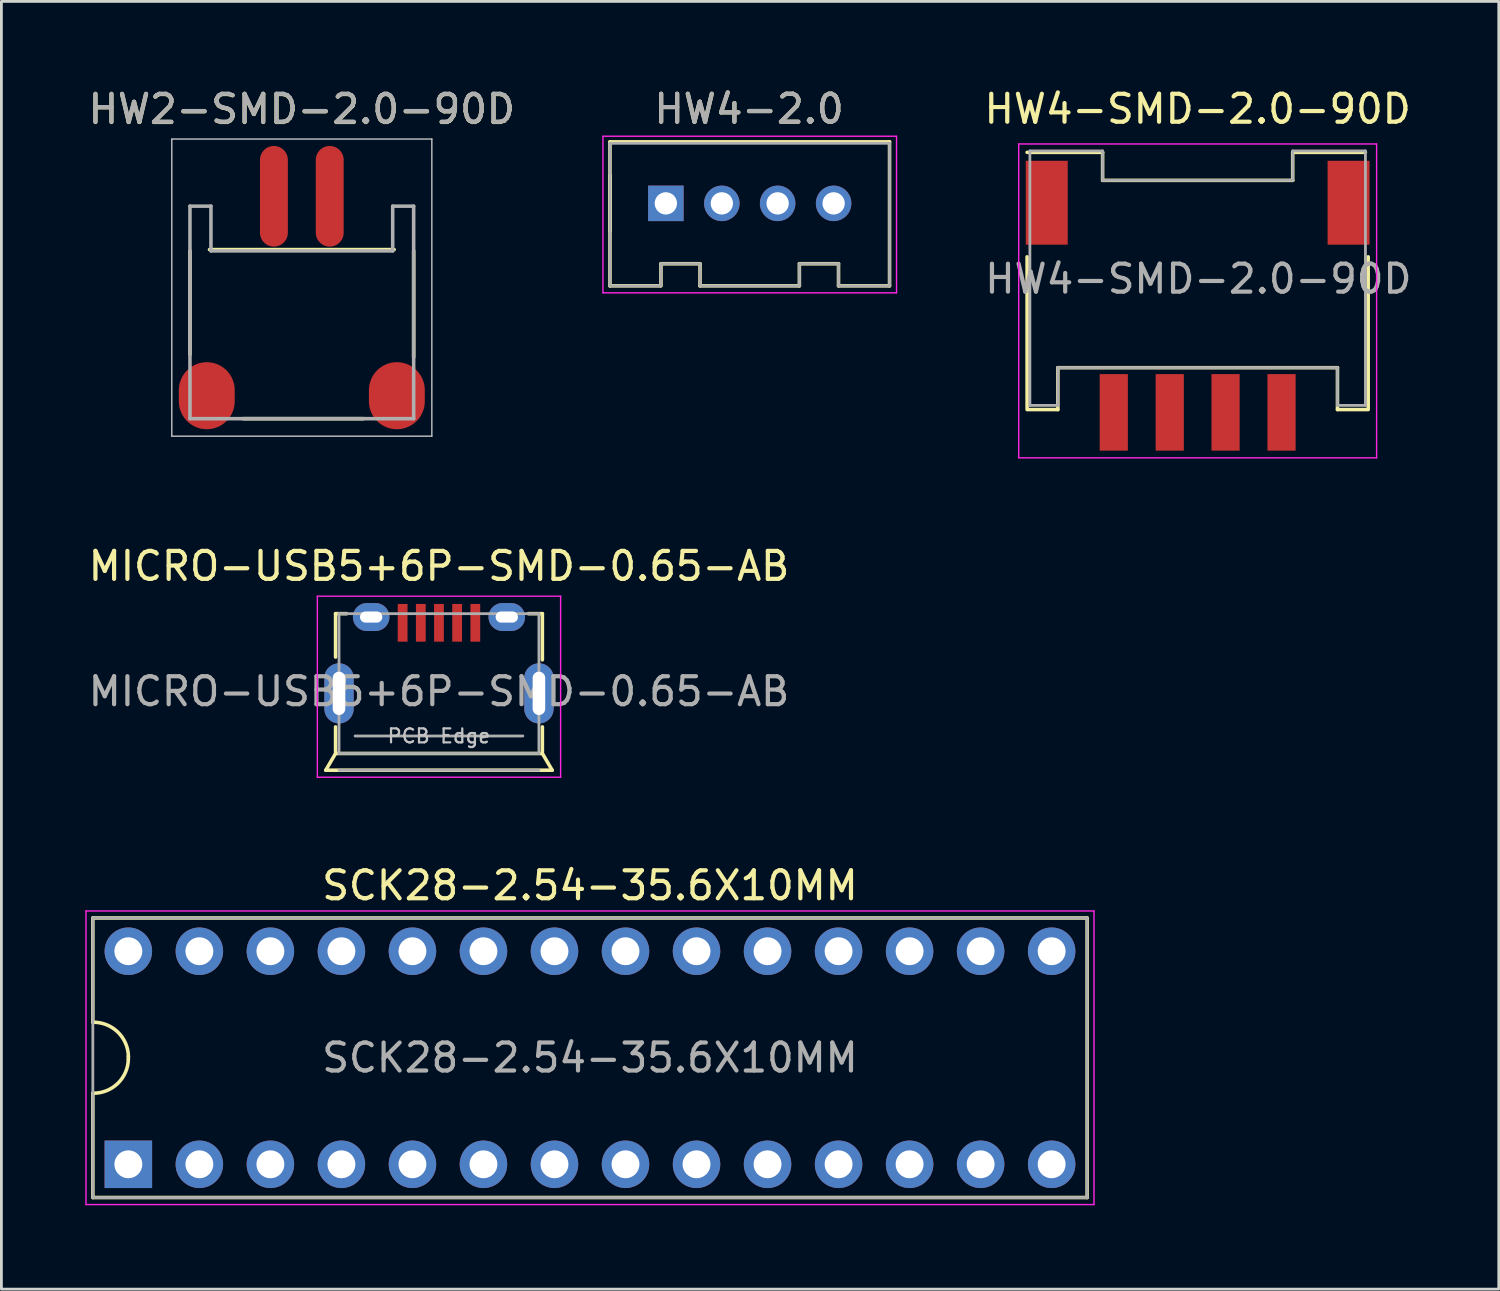
<source format=kicad_pcb>
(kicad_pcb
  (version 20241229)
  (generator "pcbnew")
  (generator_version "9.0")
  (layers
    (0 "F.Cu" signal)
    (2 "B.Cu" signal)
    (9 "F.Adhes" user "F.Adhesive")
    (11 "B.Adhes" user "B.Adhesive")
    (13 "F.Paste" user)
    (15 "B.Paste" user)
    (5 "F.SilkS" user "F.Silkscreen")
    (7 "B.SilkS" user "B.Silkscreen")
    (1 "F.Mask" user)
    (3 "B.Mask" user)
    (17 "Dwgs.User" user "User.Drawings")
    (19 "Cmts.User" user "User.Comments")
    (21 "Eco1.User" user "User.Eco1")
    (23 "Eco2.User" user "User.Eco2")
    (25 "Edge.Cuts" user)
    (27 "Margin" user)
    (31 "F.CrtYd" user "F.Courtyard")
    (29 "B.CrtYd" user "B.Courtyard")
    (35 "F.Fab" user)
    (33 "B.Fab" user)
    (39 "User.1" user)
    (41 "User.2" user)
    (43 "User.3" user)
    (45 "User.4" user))
  (footprint "HW4-2.0"
    (layer "F.Cu")
    (at 23.763 4.223)
    (property "Reference" "HW4-2.0" (at -0.025 -3.375 0) (layer "F.SilkS") (effects (font (size 1 1) (thickness 0.15))))
    (attr exclude_from_pos_files exclude_from_bom)
    (fp_line (start -5.001 2.95) (end -3.2 2.95) (stroke (width 0.127) (type solid)) (layer "F.SilkS"))
    (fp_line (start -4.999 -2.2) (end -4.999 2.95) (stroke (width 0.127) (type solid)) (layer "F.SilkS"))
    (fp_line (start -4.999 -2.2) (end 4.999 -2.2) (stroke (width 0.127) (type solid)) (layer "F.SilkS"))
    (fp_line (start -4.999 -0.998) (end -4.999 0.998) (stroke (width 0.127) (type solid)) (layer "F.SilkS"))
    (fp_line (start -3.175 2.159) (end -1.778 2.159) (stroke (width 0.127) (type solid)) (layer "F.SilkS"))
    (fp_line (start -3.175 2.95) (end -3.175 2.159) (stroke (width 0.127) (type solid)) (layer "F.SilkS"))
    (fp_line (start -1.781 2.95) (end 1.775 2.95) (stroke (width 0.127) (type solid)) (layer "F.SilkS"))
    (fp_line (start -1.778 2.159) (end -1.778 2.95) (stroke (width 0.127) (type solid)) (layer "F.SilkS"))
    (fp_line (start 1.775 2.95) (end 1.775 2.159) (stroke (width 0.127) (type solid)) (layer "F.SilkS"))
    (fp_line (start 1.778 2.159) (end 3.175 2.159) (stroke (width 0.127) (type solid)) (layer "F.SilkS"))
    (fp_line (start 3.175 2.159) (end 3.175 2.95) (stroke (width 0.127) (type solid)) (layer "F.SilkS"))
    (fp_line (start 3.175 2.95) (end 5 2.95) (stroke (width 0.127) (type solid)) (layer "F.SilkS"))
    (fp_line (start 5 2.95) (end 5 -2.2) (stroke (width 0.127) (type solid)) (layer "F.SilkS"))
    (fp_line (start -5.25 -2.4) (end 5.25 -2.4) (stroke (width 0.05) (type solid)) (layer "F.CrtYd"))
    (fp_line (start -5.25 3.2) (end -5.25 -2.4) (stroke (width 0.05) (type solid)) (layer "F.CrtYd"))
    (fp_line (start 5.25 -2.4) (end 5.25 3.2) (stroke (width 0.05) (type solid)) (layer "F.CrtYd"))
    (fp_line (start 5.25 3.2) (end -5.25 3.2) (stroke (width 0.05) (type solid)) (layer "F.CrtYd"))
    (fp_line (start -5 -2.15) (end 5 -2.15) (stroke (width 0.1) (type solid)) (layer "F.Fab"))
    (fp_line (start -5 2.95) (end -5 -2.15) (stroke (width 0.1) (type solid)) (layer "F.Fab"))
    (fp_line (start -4.999 2.95) (end -3.198 2.95) (stroke (width 0.1) (type solid)) (layer "F.Fab"))
    (fp_line (start -3.175 2.159) (end -1.778 2.159) (stroke (width 0.1) (type solid)) (layer "F.Fab"))
    (fp_line (start -3.175 2.95) (end -3.175 2.159) (stroke (width 0.1) (type solid)) (layer "F.Fab"))
    (fp_line (start -1.778 2.159) (end -1.778 2.95) (stroke (width 0.1) (type solid)) (layer "F.Fab"))
    (fp_line (start -1.778 2.95) (end 1.778 2.95) (stroke (width 0.1) (type solid)) (layer "F.Fab"))
    (fp_line (start 1.778 2.159) (end 3.175 2.159) (stroke (width 0.1) (type solid)) (layer "F.Fab"))
    (fp_line (start 1.778 2.95) (end 1.778 2.159) (stroke (width 0.1) (type solid)) (layer "F.Fab"))
    (fp_line (start 3.175 2.159) (end 3.175 2.95) (stroke (width 0.1) (type solid)) (layer "F.Fab"))
    (fp_line (start 3.175 2.95) (end 5 2.95) (stroke (width 0.1) (type solid)) (layer "F.Fab"))
    (fp_line (start 5 2.95) (end 5 -2.15) (stroke (width 0.1) (type solid)) (layer "F.Fab"))
    (fp_text user "${REFERENCE}" (at -0.025 -3.375 0) (layer "F.Fab") (effects (font (size 1 1) (thickness 0.15))))
    (pad "1" thru_hole rect (at -3 0) (size 1.27 1.27) (drill 0.798) (layers "*.Cu" "*.Mask"))
    (pad "2" thru_hole circle (at -0.998 0) (size 1.27 1.27) (drill 0.798) (layers "*.Cu" "*.Mask"))
    (pad "3" thru_hole circle (at 0.998 0) (size 1.27 1.27) (drill 0.798) (layers "*.Cu" "*.Mask"))
    (pad "4" thru_hole circle (at 3 0) (size 1.27 1.27) (drill 0.798) (layers "*.Cu" "*.Mask")))
  (footprint "MICRO-USB5+6P-SMD-0.65-AB"
    (layer "F.Cu")
    (at 12.649 21.747)
    (property "Reference" "MICRO-USB5+6P-SMD-0.65-AB" (at 0 -4.55 0) (layer "F.SilkS") (effects (font (size 1 1) (thickness 0.15))))
    (attr smd)
    (fp_line (start -4.049 2.748) (end -3.698 2.149) (stroke (width 0.127) (type solid)) (layer "F.SilkS"))
    (fp_line (start -3.698 -2.85) (end -3.698 -1.298) (stroke (width 0.127) (type solid)) (layer "F.SilkS"))
    (fp_line (start -3.698 1.199) (end -3.698 2.098) (stroke (width 0.127) (type solid)) (layer "F.SilkS"))
    (fp_line (start -3.698 2.149) (end 3.698 2.149) (stroke (width 0.127) (type solid)) (layer "F.SilkS"))
    (fp_line (start -3.299 -2.85) (end -3.698 -2.85) (stroke (width 0.127) (type solid)) (layer "F.SilkS"))
    (fp_line (start 3.198 -2.85) (end 3.698 -2.85) (stroke (width 0.127) (type solid)) (layer "F.SilkS"))
    (fp_line (start 3.698 -2.85) (end 3.698 -1.199) (stroke (width 0.127) (type solid)) (layer "F.SilkS"))
    (fp_line (start 3.698 1.199) (end 3.698 2.098) (stroke (width 0.127) (type solid)) (layer "F.SilkS"))
    (fp_line (start 3.698 2.149) (end 4.049 2.748) (stroke (width 0.127) (type solid)) (layer "F.SilkS"))
    (fp_line (start 4.049 2.748) (end -4.049 2.748) (stroke (width 0.127) (type solid)) (layer "F.SilkS"))
    (fp_line (start -4.35 -3.475) (end -4.35 3) (stroke (width 0.05) (type solid)) (layer "F.CrtYd"))
    (fp_line (start -4.35 3) (end 4.35 3) (stroke (width 0.05) (type solid)) (layer "F.CrtYd"))
    (fp_line (start 4.35 -3.475) (end -4.35 -3.475) (stroke (width 0.05) (type solid)) (layer "F.CrtYd"))
    (fp_line (start 4.35 3) (end 4.35 -3.475) (stroke (width 0.05) (type solid)) (layer "F.CrtYd"))
    (fp_line (start -3.575 -2.85) (end 3.575 -2.85) (stroke (width 0.1) (type solid)) (layer "F.Fab"))
    (fp_line (start -3.575 2.15) (end -3.575 -2.85) (stroke (width 0.1) (type solid)) (layer "F.Fab"))
    (fp_line (start -3.575 2.15) (end 3.575 2.15) (stroke (width 0.1) (type solid)) (layer "F.Fab"))
    (fp_line (start -3.575 2.75) (end 3.575 2.75) (stroke (width 0.1) (type solid)) (layer "F.Fab"))
    (fp_line (start -3 1.524) (end 3 1.524) (stroke (width 0.1) (type solid)) (layer "F.Fab"))
    (fp_line (start 3.575 2.15) (end 3.575 -2.85) (stroke (width 0.1) (type solid)) (layer "F.Fab"))
    (fp_text user "PCB Edge" (at 0 1.525 0) (layer "Dwgs.User") (effects (font (size 0.5 0.5) (thickness 0.08))))
    (fp_text user "${REFERENCE}" (at 0 -0.068 0) (layer "F.Fab") (effects (font (size 1 1) (thickness 0.15))))
    (pad "1" smd rect (at -1.3 -2.523 90) (size 1.349 0.35) (layers "F.Cu" "F.Mask" "F.Paste"))
    (pad "2" smd rect (at -0.65 -2.523 90) (size 1.349 0.35) (layers "F.Cu" "F.Mask" "F.Paste"))
    (pad "3" smd rect (at 0 -2.523 90) (size 1.349 0.35) (layers "F.Cu" "F.Mask" "F.Paste"))
    (pad "4" smd rect (at 0.65 -2.523 90) (size 1.349 0.35) (layers "F.Cu" "F.Mask" "F.Paste"))
    (pad "5" smd rect (at 1.3 -2.523 90) (size 1.349 0.35) (layers "F.Cu" "F.Mask" "F.Paste"))
    (pad "6" thru_hole oval (at -3.575 0 180) (size 1.05 2.15) (drill oval 0.45 1.55) (layers "*.Cu" "*.Mask"))
    (pad "6" thru_hole oval (at -2.425 -2.73 180) (size 1.306 1) (drill oval 0.798 0.4) (layers "*.Cu" "*.Mask"))
    (pad "6" thru_hole oval (at 2.425 -2.73 180) (size 1.306 1) (drill oval 0.798 0.4) (layers "*.Cu" "*.Mask"))
    (pad "6" thru_hole oval (at 3.575 0 180) (size 1.05 2.15) (drill oval 0.45 1.55) (layers "*.Cu" "*.Mask")))
  (footprint "HW2-SMD-2.0-90D"
    (layer "F.Cu")
    (at 7.744 8.923)
    (property "Reference" "HW2-SMD-2.0-90D" (at 0 -8.065 0) (layer "F.SilkS") (effects (font (size 1 1) (thickness 0.15))))
    (attr smd)
    (fp_line (start -4 -3) (end -4 0.699) (stroke (width 0.127) (type solid)) (layer "F.SilkS"))
    (fp_line (start -3.302 -3.048) (end 3.302 -3.048) (stroke (width 0.127) (type solid)) (layer "F.SilkS"))
    (fp_line (start -2.098 3) (end 2.2 3) (stroke (width 0.127) (type solid)) (layer "F.SilkS"))
    (fp_line (start 4 -3) (end 4 0.798) (stroke (width 0.127) (type solid)) (layer "F.SilkS"))
    (fp_line (start -4.65 -7) (end 4.65 -7) (stroke (width 0.05) (type solid)) (layer "Dwgs.User"))
    (fp_line (start -4.65 3.625) (end -4.65 -7) (stroke (width 0.05) (type solid)) (layer "Dwgs.User"))
    (fp_line (start 4.65 3.625) (end -4.65 3.625) (stroke (width 0.05) (type solid)) (layer "Dwgs.User"))
    (fp_line (start 4.65 3.625) (end 4.65 -7) (stroke (width 0.05) (type solid)) (layer "Dwgs.User"))
    (fp_line (start -4 3) (end -4 -4.6) (stroke (width 0.127) (type solid)) (layer "F.Fab"))
    (fp_line (start -3.25 -4.6) (end -4 -4.6) (stroke (width 0.127) (type solid)) (layer "F.Fab"))
    (fp_line (start -3.25 -4.6) (end -3.25 -3) (stroke (width 0.127) (type solid)) (layer "F.Fab"))
    (fp_line (start 3.25 -4.6) (end 3.25 -3) (stroke (width 0.127) (type solid)) (layer "F.Fab"))
    (fp_line (start 3.25 -3) (end -3.25 -3) (stroke (width 0.127) (type solid)) (layer "F.Fab"))
    (fp_line (start 4 -4.6) (end 3.25 -4.6) (stroke (width 0.127) (type solid)) (layer "F.Fab"))
    (fp_line (start 4 -4.6) (end 4 3) (stroke (width 0.127) (type solid)) (layer "F.Fab"))
    (fp_line (start 4 3) (end -4 3) (stroke (width 0.127) (type solid)) (layer "F.Fab"))
    (fp_text user "${REFERENCE}" (at 0 -8.075 0) (layer "F.Fab") (effects (font (size 1 1) (thickness 0.15))))
    (pad "1" smd oval (at -0.998 -4.953 90) (size 3.599 0.998) (layers "F.Cu" "F.Mask" "F.Paste"))
    (pad "2" smd oval (at 0.998 -4.953 90) (size 3.599 0.998) (layers "F.Cu" "F.Mask" "F.Paste"))
    (pad "3" smd oval (at -3.399 2.179 90) (size 2.398 1.999) (layers "F.Cu" "F.Mask" "F.Paste"))
    (pad "4" smd oval (at 3.399 2.179 90) (size 2.398 1.999) (layers "F.Cu" "F.Mask" "F.Paste")))
  (footprint "SCK28-2.54-35.6X10MM"
    (layer "F.Cu")
    (at 18.05 34.779)
    (property "Reference" "SCK28-2.54-35.6X10MM" (at 0 -6.16 0) (layer "F.SilkS") (effects (font (size 1 1) (thickness 0.15))))
    (attr exclude_from_pos_files exclude_from_bom)
    (fp_line (start -17.78 -4.999) (end 17.78 -4.999) (stroke (width 0.127) (type solid)) (layer "F.SilkS"))
    (fp_line (start -17.78 -1.27) (end -17.78 -4.999) (stroke (width 0.127) (type solid)) (layer "F.SilkS"))
    (fp_line (start -17.78 4.999) (end -17.78 1.27) (stroke (width 0.127) (type solid)) (layer "F.SilkS"))
    (fp_line (start -16.51 -0.048) (end -16.51 0.048) (stroke (width 0.127) (type solid)) (layer "F.SilkS"))
    (fp_line (start 17.78 -4.999) (end 17.78 4.999) (stroke (width 0.127) (type solid)) (layer "F.SilkS"))
    (fp_line (start 17.78 4.999) (end -17.78 4.999) (stroke (width 0.127) (type solid)) (layer "F.SilkS"))
    (fp_arc (start -17.78 -1.27) (mid -16.890699 -0.922682) (end -16.50746 -0.04826) (stroke (width 0.127) (type solid)) (layer "F.SilkS"))
    (fp_arc (start -16.51 0.04826) (mid -16.892495 0.920886) (end -17.78 1.26746) (stroke (width 0.127) (type solid)) (layer "F.SilkS"))
    (fp_line (start -18.025 -5.25) (end -18.025 5.25) (stroke (width 0.05) (type solid)) (layer "F.CrtYd"))
    (fp_line (start -18.025 5.25) (end 18.025 5.25) (stroke (width 0.05) (type solid)) (layer "F.CrtYd"))
    (fp_line (start 18.025 -5.25) (end -18.025 -5.25) (stroke (width 0.05) (type solid)) (layer "F.CrtYd"))
    (fp_line (start 18.025 5.25) (end 18.025 -5.25) (stroke (width 0.05) (type solid)) (layer "F.CrtYd"))
    (fp_line (start -17.78 -5) (end 17.78 -5) (stroke (width 0.1) (type solid)) (layer "F.Fab"))
    (fp_line (start -17.78 5) (end -17.78 -5) (stroke (width 0.1) (type solid)) (layer "F.Fab"))
    (fp_line (start -17.78 5) (end 17.78 5) (stroke (width 0.1) (type solid)) (layer "F.Fab"))
    (fp_line (start 17.78 5) (end 17.78 -5) (stroke (width 0.1) (type solid)) (layer "F.Fab"))
    (fp_text user "${REFERENCE}" (at 0 0 0) (layer "F.Fab") (effects (font (size 1 1) (thickness 0.15))))
    (pad "" thru_hole circle (at -16.51 -3.81) (size 1.699 1.699) (drill 0.998) (layers "*.Cu" "*.Mask"))
    (pad "" thru_hole rect (at -16.51 3.81) (size 1.699 1.699) (drill 0.998) (layers "*.Cu" "*.Mask"))
    (pad "" thru_hole circle (at -13.97 -3.81) (size 1.699 1.699) (drill 0.998) (layers "*.Cu" "*.Mask"))
    (pad "" thru_hole circle (at -13.97 3.81) (size 1.699 1.699) (drill 0.998) (layers "*.Cu" "*.Mask"))
    (pad "" thru_hole circle (at -11.43 -3.81) (size 1.699 1.699) (drill 0.998) (layers "*.Cu" "*.Mask"))
    (pad "" thru_hole circle (at -11.43 3.81) (size 1.699 1.699) (drill 0.998) (layers "*.Cu" "*.Mask"))
    (pad "" thru_hole circle (at -8.89 -3.81) (size 1.699 1.699) (drill 0.998) (layers "*.Cu" "*.Mask"))
    (pad "" thru_hole circle (at -8.89 3.81) (size 1.699 1.699) (drill 0.998) (layers "*.Cu" "*.Mask"))
    (pad "" thru_hole circle (at -6.35 -3.81) (size 1.699 1.699) (drill 0.998) (layers "*.Cu" "*.Mask"))
    (pad "" thru_hole circle (at -6.35 3.81) (size 1.699 1.699) (drill 0.998) (layers "*.Cu" "*.Mask"))
    (pad "" thru_hole circle (at -3.81 -3.81) (size 1.699 1.699) (drill 0.998) (layers "*.Cu" "*.Mask"))
    (pad "" thru_hole circle (at -3.81 3.81) (size 1.699 1.699) (drill 0.998) (layers "*.Cu" "*.Mask"))
    (pad "" thru_hole circle (at -1.27 -3.81) (size 1.699 1.699) (drill 0.998) (layers "*.Cu" "*.Mask"))
    (pad "" thru_hole circle (at -1.27 3.81) (size 1.699 1.699) (drill 0.998) (layers "*.Cu" "*.Mask"))
    (pad "" thru_hole circle (at 1.27 -3.81) (size 1.699 1.699) (drill 0.998) (layers "*.Cu" "*.Mask"))
    (pad "" thru_hole circle (at 1.27 3.81) (size 1.699 1.699) (drill 0.998) (layers "*.Cu" "*.Mask"))
    (pad "" thru_hole circle (at 3.81 -3.81) (size 1.699 1.699) (drill 0.998) (layers "*.Cu" "*.Mask"))
    (pad "" thru_hole circle (at 3.81 3.81) (size 1.699 1.699) (drill 0.998) (layers "*.Cu" "*.Mask"))
    (pad "" thru_hole circle (at 6.35 -3.81) (size 1.699 1.699) (drill 0.998) (layers "*.Cu" "*.Mask"))
    (pad "" thru_hole circle (at 6.35 3.81) (size 1.699 1.699) (drill 0.998) (layers "*.Cu" "*.Mask"))
    (pad "" thru_hole circle (at 8.89 -3.81) (size 1.699 1.699) (drill 0.998) (layers "*.Cu" "*.Mask"))
    (pad "" thru_hole circle (at 8.89 3.81) (size 1.699 1.699) (drill 0.998) (layers "*.Cu" "*.Mask"))
    (pad "" thru_hole circle (at 11.43 -3.81) (size 1.699 1.699) (drill 0.998) (layers "*.Cu" "*.Mask"))
    (pad "" thru_hole circle (at 11.43 3.81) (size 1.699 1.699) (drill 0.998) (layers "*.Cu" "*.Mask"))
    (pad "" thru_hole circle (at 13.97 -3.81) (size 1.699 1.699) (drill 0.998) (layers "*.Cu" "*.Mask"))
    (pad "" thru_hole circle (at 13.97 3.81) (size 1.699 1.699) (drill 0.998) (layers "*.Cu" "*.Mask"))
    (pad "" thru_hole circle (at 16.51 -3.81) (size 1.699 1.699) (drill 0.998) (layers "*.Cu" "*.Mask"))
    (pad "" thru_hole circle (at 16.51 3.81) (size 1.699 1.699) (drill 0.998) (layers "*.Cu" "*.Mask")))
  (footprint "HW4-SMD-2.0-90D"
    (layer "F.Cu")
    (at 39.782 6.898)
    (property "Reference" "HW4-SMD-2.0-90D" (at 0 -6.05 0) (layer "F.SilkS") (effects (font (size 1 1) (thickness 0.15))))
    (attr smd)
    (fp_line (start -6.099 -4.499) (end -3.399 -4.499) (stroke (width 0.127) (type solid)) (layer "F.SilkS"))
    (fp_line (start -6.099 -0.763) (end -6.099 4.701) (stroke (width 0.127) (type solid)) (layer "F.SilkS"))
    (fp_line (start -6.053 4.7) (end -5 4.7) (stroke (width 0.127) (type solid)) (layer "F.SilkS"))
    (fp_line (start -5 3.202) (end -5 4.7) (stroke (width 0.127) (type solid)) (layer "F.SilkS"))
    (fp_line (start -5 3.202) (end 5 3.202) (stroke (width 0.127) (type solid)) (layer "F.SilkS"))
    (fp_line (start -3.399 -4.499) (end -3.399 -3.498) (stroke (width 0.127) (type solid)) (layer "F.SilkS"))
    (fp_line (start -3.399 -3.498) (end 3.399 -3.498) (stroke (width 0.127) (type solid)) (layer "F.SilkS"))
    (fp_line (start 3.399 -4.499) (end 5.999 -4.499) (stroke (width 0.127) (type solid)) (layer "F.SilkS"))
    (fp_line (start 3.399 -3.498) (end 3.399 -4.499) (stroke (width 0.127) (type solid)) (layer "F.SilkS"))
    (fp_line (start 5 3.202) (end 5 4.7) (stroke (width 0.127) (type solid)) (layer "F.SilkS"))
    (fp_line (start 6.054 4.7) (end 5 4.7) (stroke (width 0.127) (type solid)) (layer "F.SilkS"))
    (fp_line (start 6.099 -0.763) (end 6.099 4.7) (stroke (width 0.127) (type solid)) (layer "F.SilkS"))
    (fp_line (start -6.4 -4.8) (end 6.4 -4.8) (stroke (width 0.05) (type solid)) (layer "F.CrtYd"))
    (fp_line (start -6.4 6.425) (end -6.4 -4.8) (stroke (width 0.05) (type solid)) (layer "F.CrtYd"))
    (fp_line (start 6.4 -4.8) (end 6.4 6.425) (stroke (width 0.05) (type solid)) (layer "F.CrtYd"))
    (fp_line (start 6.4 6.425) (end -6.4 6.425) (stroke (width 0.05) (type solid)) (layer "F.CrtYd"))
    (fp_line (start -6 -4.55) (end -3.399 -4.55) (stroke (width 0.1) (type solid)) (layer "F.Fab"))
    (fp_line (start -6 4.55) (end -6 -4.55) (stroke (width 0.1) (type solid)) (layer "F.Fab"))
    (fp_line (start -6 4.55) (end -5 4.55) (stroke (width 0.1) (type solid)) (layer "F.Fab"))
    (fp_line (start -5 3.202) (end 5 3.202) (stroke (width 0.1) (type solid)) (layer "F.Fab"))
    (fp_line (start -5 4.55) (end -5 3.202) (stroke (width 0.1) (type solid)) (layer "F.Fab"))
    (fp_line (start -3.399 -4.55) (end -3.399 -3.498) (stroke (width 0.1) (type solid)) (layer "F.Fab"))
    (fp_line (start -3.399 -3.498) (end 3.399 -3.498) (stroke (width 0.1) (type solid)) (layer "F.Fab"))
    (fp_line (start 3.399 -4.55) (end 6 -4.55) (stroke (width 0.1) (type solid)) (layer "F.Fab"))
    (fp_line (start 3.399 -3.498) (end 3.399 -4.55) (stroke (width 0.1) (type solid)) (layer "F.Fab"))
    (fp_line (start 4.999 3.202) (end 4.999 4.55) (stroke (width 0.1) (type solid)) (layer "F.Fab"))
    (fp_line (start 4.999 4.55) (end 6 4.55) (stroke (width 0.1) (type solid)) (layer "F.Fab"))
    (fp_line (start 6 4.55) (end 6 -4.55) (stroke (width 0.1) (type solid)) (layer "F.Fab"))
    (fp_text user "${REFERENCE}" (at 0.025 0.026 0) (layer "F.Fab") (effects (font (size 1 1) (thickness 0.15))))
    (pad "1" smd rect (at -3 4.8 90) (size 2.738 1.008) (layers "F.Cu" "F.Mask" "F.Paste"))
    (pad "2" smd rect (at -0.998 4.8 90) (size 2.738 1.008) (layers "F.Cu" "F.Mask" "F.Paste"))
    (pad "3" smd rect (at 0.998 4.8 90) (size 2.738 1.008) (layers "F.Cu" "F.Mask" "F.Paste"))
    (pad "4" smd rect (at 3 4.8 90) (size 2.738 1.008) (layers "F.Cu" "F.Mask" "F.Paste"))
    (pad "5" smd rect (at -5.397 -2.698 90) (size 3 1.5) (layers "F.Cu" "F.Mask" "F.Paste"))
    (pad "6" smd rect (at 5.397 -2.698 90) (size 3 1.5) (layers "F.Cu" "F.Mask" "F.Paste")))
  (gr_rect
    (start -3 -3)
    (end 50.551 43.054)
    (stroke (width 0.1) (type default))
    (fill no)
    (layer "Edge.Cuts")))
</source>
